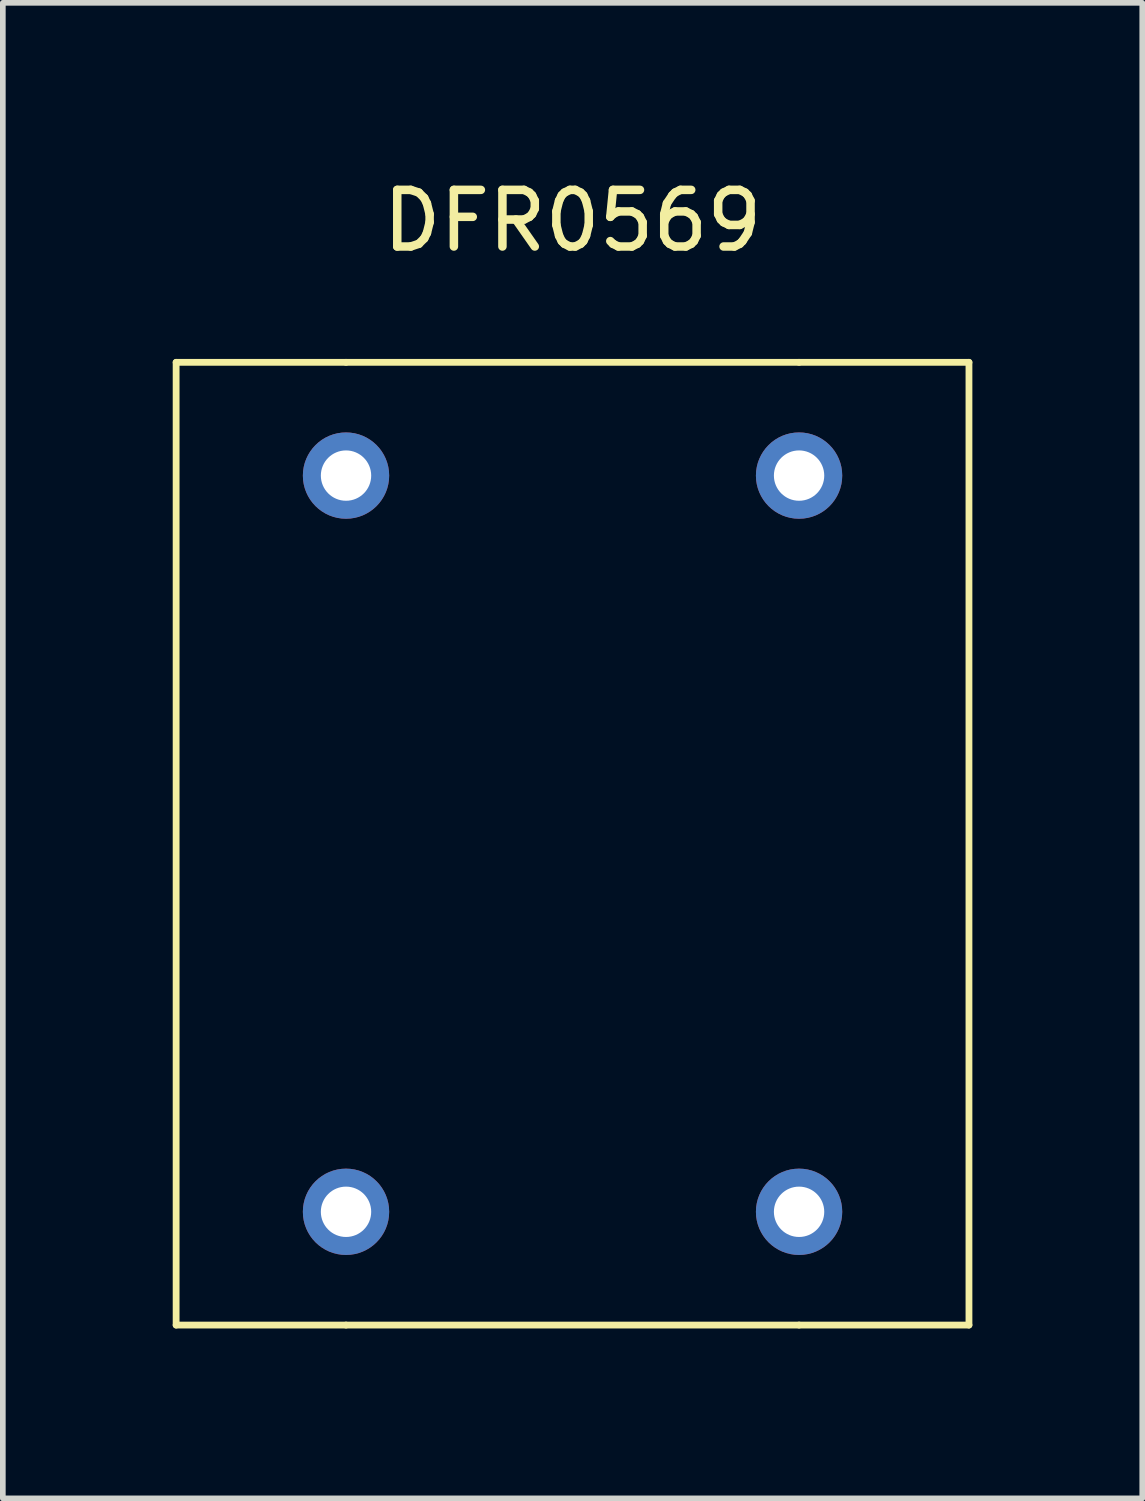
<source format=kicad_pcb>
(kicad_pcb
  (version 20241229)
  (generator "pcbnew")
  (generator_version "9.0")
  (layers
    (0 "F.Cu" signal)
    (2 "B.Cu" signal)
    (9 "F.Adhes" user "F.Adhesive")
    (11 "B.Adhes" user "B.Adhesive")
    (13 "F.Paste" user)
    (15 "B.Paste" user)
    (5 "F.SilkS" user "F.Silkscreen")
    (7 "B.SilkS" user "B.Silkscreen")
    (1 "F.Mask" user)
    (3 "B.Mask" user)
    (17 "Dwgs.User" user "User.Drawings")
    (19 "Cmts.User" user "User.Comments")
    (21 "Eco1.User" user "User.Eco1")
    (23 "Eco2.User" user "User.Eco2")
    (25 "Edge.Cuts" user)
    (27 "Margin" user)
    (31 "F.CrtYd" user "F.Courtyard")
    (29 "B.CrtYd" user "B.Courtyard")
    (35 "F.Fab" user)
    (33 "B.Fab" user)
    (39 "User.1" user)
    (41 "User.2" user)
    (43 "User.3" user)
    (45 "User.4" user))
  (footprint "DFR0569"
    (layer "F.Cu")
    (at 7.06 0.348)
    (property "Reference" "DFR0569" (at 0 0.5 0) (layer "F.SilkS") (effects (font (size 1 1) (thickness 0.15))))
    (attr through_hole)
    (fp_line (start -7 20) (end -7 3) (stroke (width 0.12) (type solid)) (layer "F.SilkS"))
    (fp_line (start -4 3) (end -7 3) (stroke (width 0.12) (type solid)) (layer "F.SilkS"))
    (fp_line (start -4 3) (end 4 3) (stroke (width 0.12) (type solid)) (layer "F.SilkS"))
    (fp_line (start -4 20) (end -7 20) (stroke (width 0.12) (type solid)) (layer "F.SilkS"))
    (fp_line (start -4 20) (end 4 20) (stroke (width 0.12) (type solid)) (layer "F.SilkS"))
    (fp_line (start 4 3) (end 7 3) (stroke (width 0.12) (type solid)) (layer "F.SilkS"))
    (fp_line (start 4 20) (end 7 20) (stroke (width 0.12) (type solid)) (layer "F.SilkS"))
    (fp_line (start 7 3) (end 7 20) (stroke (width 0.12) (type solid)) (layer "F.SilkS"))
    (pad "VI+" thru_hole circle (at 4 18) (size 1.524 1.524) (drill 0.889) (layers "*.Cu" "*.Mask"))
    (pad "VI-" thru_hole circle (at -4 18) (size 1.524 1.524) (drill 0.889) (layers "*.Cu" "*.Mask"))
    (pad "VO+" thru_hole circle (at 4 5) (size 1.524 1.524) (drill 0.889) (layers "*.Cu" "*.Mask"))
    (pad "VO-" thru_hole circle (at -4 5) (size 1.524 1.524) (drill 0.889) (layers "*.Cu" "*.Mask")))
  (gr_rect
    (start -3 -3)
    (end 17.12 23.408)
    (stroke (width 0.1) (type default))
    (fill no)
    (layer "Edge.Cuts")))
</source>
